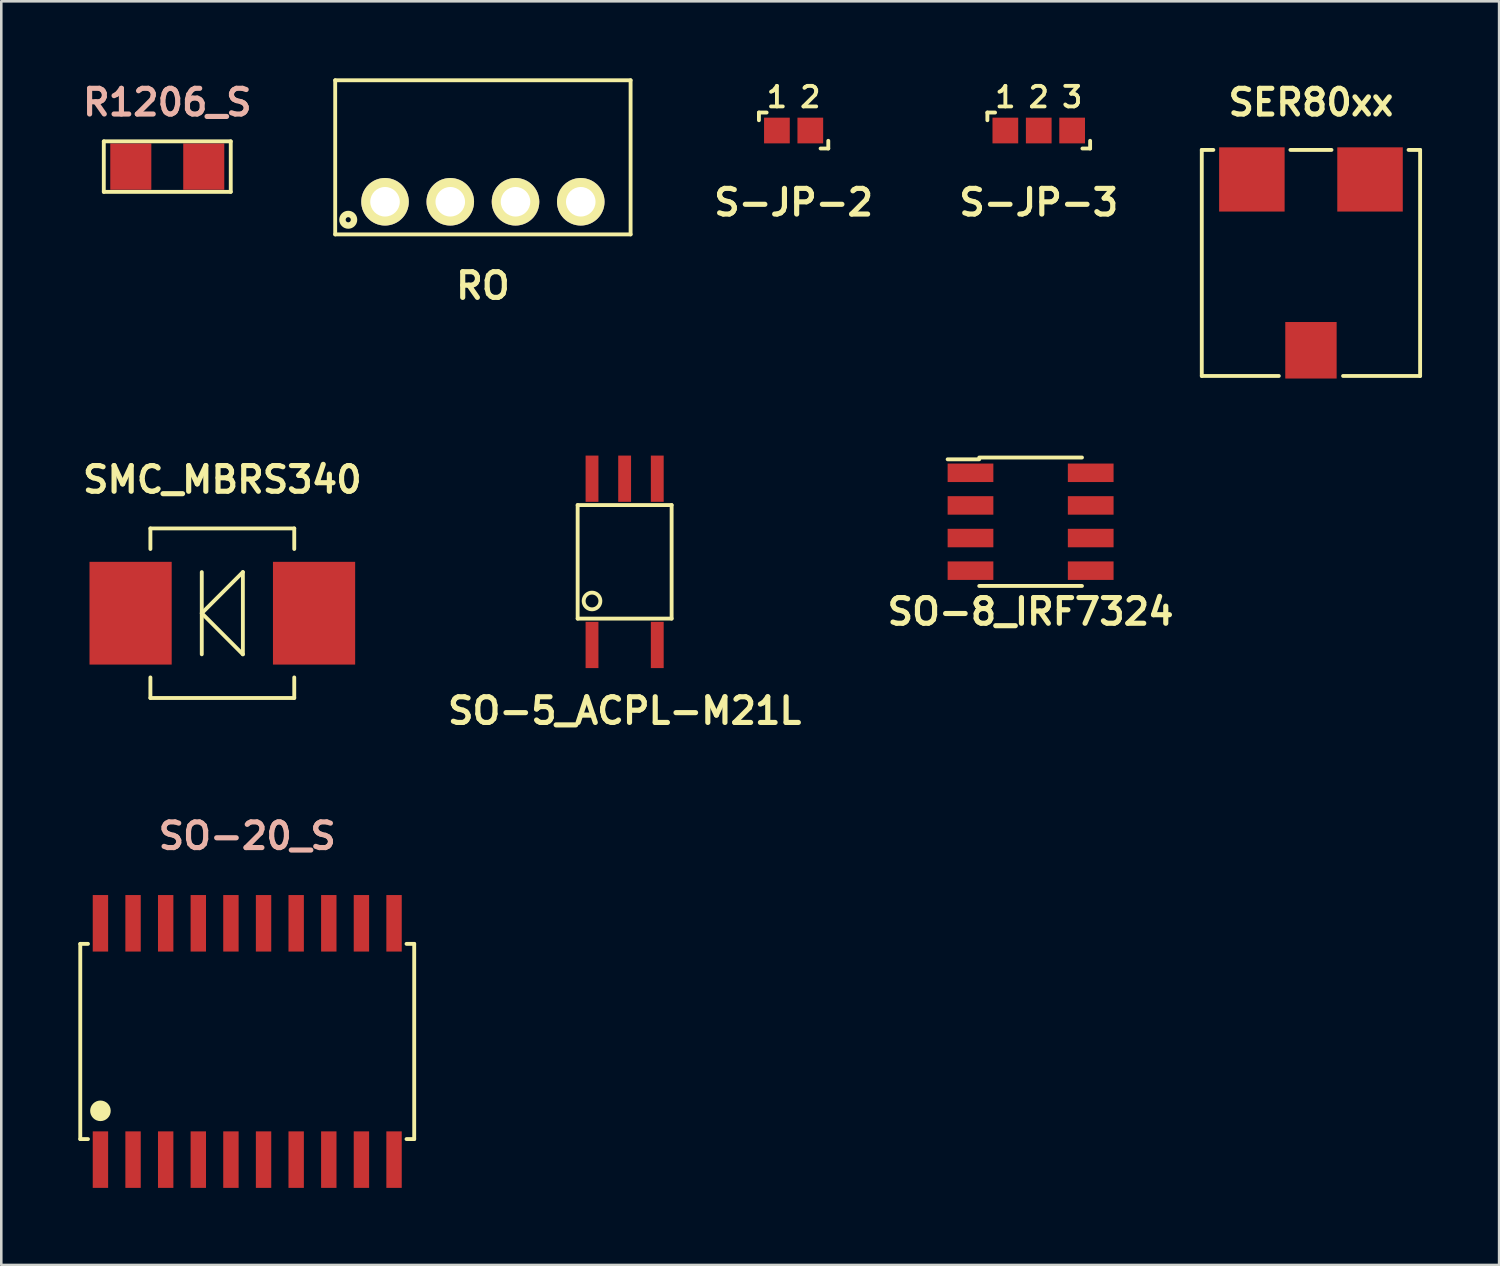
<source format=kicad_pcb>
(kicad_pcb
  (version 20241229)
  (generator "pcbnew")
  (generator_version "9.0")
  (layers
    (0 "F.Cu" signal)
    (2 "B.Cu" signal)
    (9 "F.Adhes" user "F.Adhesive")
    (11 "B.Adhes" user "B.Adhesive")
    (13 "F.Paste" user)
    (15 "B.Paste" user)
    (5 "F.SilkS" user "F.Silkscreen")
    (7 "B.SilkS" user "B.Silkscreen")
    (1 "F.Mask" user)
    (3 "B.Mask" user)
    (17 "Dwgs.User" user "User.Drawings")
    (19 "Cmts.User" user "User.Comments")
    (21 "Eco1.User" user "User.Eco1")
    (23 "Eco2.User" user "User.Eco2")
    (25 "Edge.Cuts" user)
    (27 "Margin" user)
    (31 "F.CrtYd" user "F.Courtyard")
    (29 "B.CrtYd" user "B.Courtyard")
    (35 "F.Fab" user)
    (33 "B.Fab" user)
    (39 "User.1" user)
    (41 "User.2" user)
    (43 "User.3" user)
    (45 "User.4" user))
  (footprint "RO"
    (layer "F.Cu")
    (at 15.749 4.805)
    (property "Reference" "RO" (at 0 3.27 0) (layer "F.SilkS") (effects (font (size 1 1) (thickness 0.2))))
    (attr through_hole)
    (fp_line (start -5.75 -4.73) (end -5.75 1.27) (stroke (width 0.15) (type solid)) (layer "F.SilkS"))
    (fp_line (start -5.75 -4.73) (end 5.75 -4.73) (stroke (width 0.15) (type solid)) (layer "F.SilkS"))
    (fp_line (start -5.75 1.27) (end 5.75 1.27) (stroke (width 0.15) (type solid)) (layer "F.SilkS"))
    (fp_line (start 5.75 -4.73) (end 5.75 1.27) (stroke (width 0.15) (type solid)) (layer "F.SilkS"))
    (fp_circle (center -5.242 0.7) (end -5.242 0.6) (stroke (width 0.25) (type solid)) (fill no) (layer "F.SilkS"))
    (pad "1" thru_hole circle (at -3.81 0) (size 1.85 1.85) (drill 1.15) (layers "*.Cu" "*.Mask" "F.SilkS"))
    (pad "2" thru_hole circle (at -1.27 0) (size 1.85 1.85) (drill 1.15) (layers "*.Cu" "*.Mask" "F.SilkS"))
    (pad "3" thru_hole circle (at 1.27 0) (size 1.85 1.85) (drill 1.15) (layers "*.Cu" "*.Mask" "F.SilkS"))
    (pad "4" thru_hole circle (at 3.81 0) (size 1.85 1.85) (drill 1.15) (layers "*.Cu" "*.Mask" "F.SilkS")))
  (footprint "SO-20_S"
    (layer "F.Cu")
    (at 6.575 37.494)
    (property "Reference" "SO-20_S" (at 0 -8 0) (layer "B.SilkS") (effects (font (size 1 1) (thickness 0.2))))
    (attr smd)
    (fp_line (start -6.5 -3.8) (end -6.2 -3.8) (stroke (width 0.15) (type solid)) (layer "F.SilkS"))
    (fp_line (start -6.5 3.8) (end -6.5 -3.8) (stroke (width 0.15) (type solid)) (layer "F.SilkS"))
    (fp_line (start -6.5 3.8) (end -6.2 3.8) (stroke (width 0.15) (type solid)) (layer "F.SilkS"))
    (fp_line (start 6.5 -3.8) (end 6.2 -3.8) (stroke (width 0.15) (type solid)) (layer "F.SilkS"))
    (fp_line (start 6.5 -3.8) (end 6.5 3.8) (stroke (width 0.15) (type solid)) (layer "F.SilkS"))
    (fp_line (start 6.5 3.8) (end 6.2 3.8) (stroke (width 0.15) (type solid)) (layer "F.SilkS"))
    (fp_circle (center -5.715 2.7) (end -5.515 2.7) (stroke (width 0.4) (type solid)) (fill no) (layer "F.SilkS"))
    (pad "1" smd rect (at -5.715 4.6) (size 0.599 2.2) (layers "F.Cu" "F.Mask" "F.Paste"))
    (pad "2" smd rect (at -4.445 4.6) (size 0.599 2.2) (layers "F.Cu" "F.Mask" "F.Paste"))
    (pad "3" smd rect (at -3.175 4.6) (size 0.599 2.2) (layers "F.Cu" "F.Mask" "F.Paste"))
    (pad "4" smd rect (at -1.905 4.6) (size 0.599 2.2) (layers "F.Cu" "F.Mask" "F.Paste"))
    (pad "5" smd rect (at -0.635 4.6) (size 0.599 2.2) (layers "F.Cu" "F.Mask" "F.Paste"))
    (pad "6" smd rect (at 0.635 4.6) (size 0.599 2.2) (layers "F.Cu" "F.Mask" "F.Paste"))
    (pad "7" smd rect (at 1.905 4.6) (size 0.599 2.2) (layers "F.Cu" "F.Mask" "F.Paste"))
    (pad "8" smd rect (at 3.175 4.6) (size 0.599 2.2) (layers "F.Cu" "F.Mask" "F.Paste"))
    (pad "9" smd rect (at 4.445 4.6) (size 0.599 2.2) (layers "F.Cu" "F.Mask" "F.Paste"))
    (pad "10" smd rect (at 5.715 4.6) (size 0.599 2.2) (layers "F.Cu" "F.Mask" "F.Paste"))
    (pad "11" smd rect (at 5.715 -4.6) (size 0.599 2.2) (layers "F.Cu" "F.Mask" "F.Paste"))
    (pad "12" smd rect (at 4.445 -4.6) (size 0.599 2.2) (layers "F.Cu" "F.Mask" "F.Paste"))
    (pad "13" smd rect (at 3.175 -4.6) (size 0.599 2.2) (layers "F.Cu" "F.Mask" "F.Paste"))
    (pad "14" smd rect (at 1.905 -4.6) (size 0.599 2.2) (layers "F.Cu" "F.Mask" "F.Paste"))
    (pad "15" smd rect (at 0.635 -4.6) (size 0.599 2.2) (layers "F.Cu" "F.Mask" "F.Paste"))
    (pad "16" smd rect (at -0.635 -4.6) (size 0.599 2.2) (layers "F.Cu" "F.Mask" "F.Paste"))
    (pad "17" smd rect (at -1.905 -4.6) (size 0.599 2.2) (layers "F.Cu" "F.Mask" "F.Paste"))
    (pad "18" smd rect (at -3.175 -4.6) (size 0.599 2.2) (layers "F.Cu" "F.Mask" "F.Paste"))
    (pad "19" smd rect (at -4.445 -4.6) (size 0.599 2.2) (layers "F.Cu" "F.Mask" "F.Paste"))
    (pad "20" smd rect (at -5.715 -4.6) (size 0.599 2.2) (layers "F.Cu" "F.Mask" "F.Paste")))
  (footprint "SER80xx"
    (layer "F.Cu")
    (at 47.985 3.936)
    (property "Reference" "SER80xx" (at 0 -3 0) (layer "F.SilkS") (effects (font (size 1 1) (thickness 0.2))))
    (attr through_hole)
    (fp_line (start -4.25 -1.15) (end -4.25 7.65) (stroke (width 0.15) (type solid)) (layer "F.SilkS"))
    (fp_line (start -4.25 -1.15) (end -3.8 -1.15) (stroke (width 0.15) (type solid)) (layer "F.SilkS"))
    (fp_line (start -4.25 7.65) (end -1.25 7.65) (stroke (width 0.15) (type solid)) (layer "F.SilkS"))
    (fp_line (start 0.8 -1.15) (end -0.8 -1.15) (stroke (width 0.15) (type solid)) (layer "F.SilkS"))
    (fp_line (start 1.25 7.65) (end 4.25 7.65) (stroke (width 0.15) (type solid)) (layer "F.SilkS"))
    (fp_line (start 4.25 -1.15) (end 3.8 -1.15) (stroke (width 0.15) (type solid)) (layer "F.SilkS"))
    (fp_line (start 4.25 -1.15) (end 4.25 7.65) (stroke (width 0.15) (type solid)) (layer "F.SilkS"))
    (pad "" smd rect (at 0 6.65) (size 2 2.2) (layers "F.Cu" "F.Mask" "F.Paste"))
    (pad "1" smd rect (at -2.3 0) (size 2.55 2.5) (layers "F.Cu" "F.Mask" "F.Paste"))
    (pad "2" smd rect (at 2.3 0) (size 2.55 2.5) (layers "F.Cu" "F.Mask" "F.Paste")))
  (footprint "S-JP-3"
    (layer "F.Cu")
    (at 37.388 2.031)
    (property "Reference" "S-JP-3" (at 0 2.8 0) (layer "F.SilkS") (effects (font (size 1 1) (thickness 0.2))))
    (attr through_hole)
    (fp_line (start -2 -0.7) (end -2 -0.4) (stroke (width 0.15) (type solid)) (layer "F.SilkS"))
    (fp_line (start -2 -0.7) (end -1.7 -0.7) (stroke (width 0.15) (type solid)) (layer "F.SilkS"))
    (fp_line (start 2 0.7) (end 1.7 0.7) (stroke (width 0.15) (type solid)) (layer "F.SilkS"))
    (fp_line (start 2 0.7) (end 2 0.4) (stroke (width 0.15) (type solid)) (layer "F.SilkS"))
    (fp_text user "3" (at 1.3 -1.3 0) (layer "F.SilkS") (effects (font (size 0.8 0.8) (thickness 0.15))))
    (fp_text user "2" (at 0 -1.3 0) (layer "F.SilkS") (effects (font (size 0.8 0.8) (thickness 0.15))))
    (fp_text user "1" (at -1.3 -1.3 0) (layer "F.SilkS") (effects (font (size 0.8 0.8) (thickness 0.15))))
    (pad "1" smd rect (at -1.3 0) (size 1.001 1.001) (layers "F.Cu" "F.Mask" "F.Paste"))
    (pad "2" smd rect (at 0 0) (size 1.001 1.001) (layers "F.Cu" "F.Mask" "F.Paste"))
    (pad "3" smd rect (at 1.3 0) (size 1.001 1.001) (layers "F.Cu" "F.Mask" "F.Paste")))
  (footprint "R1206_S"
    (layer "F.Cu")
    (at 3.462 3.436)
    (property "Reference" "R1206_S" (at 0 -2.5 0) (layer "B.SilkS") (effects (font (size 1 1) (thickness 0.2))))
    (attr smd)
    (fp_line (start -2.471 -0.983) (end 2.471 -0.983) (stroke (width 0.15) (type solid)) (layer "F.SilkS"))
    (fp_line (start -2.471 0.983) (end -2.471 -0.983) (stroke (width 0.15) (type solid)) (layer "F.SilkS"))
    (fp_line (start 2.471 -0.983) (end 2.471 0.983) (stroke (width 0.15) (type solid)) (layer "F.SilkS"))
    (fp_line (start 2.471 0.983) (end -2.471 0.983) (stroke (width 0.15) (type solid)) (layer "F.SilkS"))
    (pad "1" smd rect (at -1.42 0) (size 1.598 1.801) (layers "F.Cu" "F.Mask" "F.Paste"))
    (pad "2" smd rect (at 1.42 0) (size 1.598 1.801) (layers "F.Cu" "F.Mask" "F.Paste")))
  (footprint "SO-8_IRF7324"
    (layer "F.Cu")
    (at 37.071 17.261)
    (property "Reference" "SO-8_IRF7324" (at 0 3.5 0) (layer "F.SilkS") (effects (font (size 1 1) (thickness 0.2))))
    (attr smd)
    (fp_line (start -2 -2.5) (end 2 -2.5) (stroke (width 0.15) (type solid)) (layer "F.SilkS"))
    (fp_line (start -2 -2.43) (end -3.23 -2.43) (stroke (width 0.15) (type solid)) (layer "F.SilkS"))
    (fp_line (start -2 2.5) (end 2 2.5) (stroke (width 0.15) (type solid)) (layer "F.SilkS"))
    (pad "1" smd rect (at -2.34 -1.905) (size 1.78 0.72) (layers "F.Cu" "F.Mask" "F.Paste"))
    (pad "2" smd rect (at -2.34 -0.635) (size 1.78 0.72) (layers "F.Cu" "F.Mask" "F.Paste"))
    (pad "3" smd rect (at -2.34 0.635) (size 1.78 0.72) (layers "F.Cu" "F.Mask" "F.Paste"))
    (pad "4" smd rect (at -2.34 1.905) (size 1.78 0.72) (layers "F.Cu" "F.Mask" "F.Paste"))
    (pad "5" smd rect (at 2.34 1.905) (size 1.78 0.72) (layers "F.Cu" "F.Mask" "F.Paste"))
    (pad "6" smd rect (at 2.34 0.635) (size 1.78 0.72) (layers "F.Cu" "F.Mask" "F.Paste"))
    (pad "7" smd rect (at 2.34 -0.635) (size 1.78 0.72) (layers "F.Cu" "F.Mask" "F.Paste"))
    (pad "8" smd rect (at 2.34 -1.905) (size 1.78 0.72) (layers "F.Cu" "F.Mask" "F.Paste")))
  (footprint "SMC_MBRS340"
    (layer "F.Cu")
    (at 5.605 20.822)
    (property "Reference" "SMC_MBRS340" (at 0 -5.2 0) (layer "F.SilkS") (effects (font (size 1 1) (thickness 0.2))))
    (attr smd)
    (fp_line (start -2.8 -3.3) (end -2.8 -2.5) (stroke (width 0.15) (type solid)) (layer "F.SilkS"))
    (fp_line (start -2.8 -3.3) (end 2.8 -3.3) (stroke (width 0.15) (type solid)) (layer "F.SilkS"))
    (fp_line (start -2.8 3.3) (end -2.8 2.5) (stroke (width 0.15) (type solid)) (layer "F.SilkS"))
    (fp_line (start -0.8 -1.6) (end -0.8 1.6) (stroke (width 0.15) (type solid)) (layer "F.SilkS"))
    (fp_line (start -0.8 0) (end 0.8 -1.6) (stroke (width 0.15) (type solid)) (layer "F.SilkS"))
    (fp_line (start 0.8 -1.6) (end 0.8 1.6) (stroke (width 0.15) (type solid)) (layer "F.SilkS"))
    (fp_line (start 0.8 1.6) (end -0.8 0) (stroke (width 0.15) (type solid)) (layer "F.SilkS"))
    (fp_line (start 2.8 -3.3) (end 2.8 -2.5) (stroke (width 0.15) (type solid)) (layer "F.SilkS"))
    (fp_line (start 2.8 3.3) (end -2.8 3.3) (stroke (width 0.15) (type solid)) (layer "F.SilkS"))
    (fp_line (start 2.8 3.3) (end 2.8 2.5) (stroke (width 0.15) (type solid)) (layer "F.SilkS"))
    (pad "1" smd rect (at 3.571 0) (size 3.2 4) (layers "F.Cu" "F.Mask" "F.Paste"))
    (pad "2" smd rect (at -3.571 0) (size 3.2 4) (layers "F.Cu" "F.Mask" "F.Paste")))
  (footprint "S-JP-2"
    (layer "F.Cu")
    (at 27.845 2.031)
    (property "Reference" "S-JP-2" (at 0 2.8 0) (layer "F.SilkS") (effects (font (size 1 1) (thickness 0.2))))
    (attr through_hole)
    (fp_line (start -1.35 -0.7) (end -1.35 -0.4) (stroke (width 0.15) (type solid)) (layer "F.SilkS"))
    (fp_line (start -1.35 -0.7) (end -1.05 -0.7) (stroke (width 0.15) (type solid)) (layer "F.SilkS"))
    (fp_line (start 1.05 0.7) (end 1.35 0.7) (stroke (width 0.15) (type solid)) (layer "F.SilkS"))
    (fp_line (start 1.35 0.7) (end 1.35 0.4) (stroke (width 0.15) (type solid)) (layer "F.SilkS"))
    (fp_text user "2" (at 0.65 -1.3 0) (layer "F.SilkS") (effects (font (size 0.8 0.8) (thickness 0.15))))
    (fp_text user "1" (at -0.65 -1.3 0) (layer "F.SilkS") (effects (font (size 0.8 0.8) (thickness 0.15))))
    (pad "1" smd rect (at -0.65 0) (size 1.001 1.001) (layers "F.Cu" "F.Mask" "F.Paste"))
    (pad "2" smd rect (at 0.65 0) (size 1.001 1.001) (layers "F.Cu" "F.Mask" "F.Paste")))
  (footprint "SO-5_ACPL-M21L"
    (layer "F.Cu")
    (at 21.267 18.822)
    (property "Reference" "SO-5_ACPL-M21L" (at 0 5.8 0) (layer "F.SilkS") (effects (font (size 1 1) (thickness 0.2))))
    (attr through_hole)
    (fp_line (start -1.829 -2.21) (end 1.829 -2.21) (stroke (width 0.15) (type solid)) (layer "F.SilkS"))
    (fp_line (start -1.829 2.21) (end -1.829 -2.21) (stroke (width 0.15) (type solid)) (layer "F.SilkS"))
    (fp_line (start 1.829 -2.21) (end 1.829 2.21) (stroke (width 0.15) (type solid)) (layer "F.SilkS"))
    (fp_line (start 1.829 2.21) (end -1.829 2.21) (stroke (width 0.15) (type solid)) (layer "F.SilkS"))
    (fp_circle (center -1.27 1.524) (end -1.067 1.778) (stroke (width 0.15) (type solid)) (fill no) (layer "F.SilkS"))
    (pad "1" smd rect (at -1.27 3.236) (size 0.5 1.801) (layers "F.Cu" "F.Mask" "F.Paste"))
    (pad "3" smd rect (at 1.27 3.236) (size 0.5 1.801) (layers "F.Cu" "F.Mask" "F.Paste"))
    (pad "4" smd rect (at 1.27 -3.236) (size 0.5 1.801) (layers "F.Cu" "F.Mask" "F.Paste"))
    (pad "5" smd rect (at 0 -3.236) (size 0.5 1.801) (layers "F.Cu" "F.Mask" "F.Paste"))
    (pad "6" smd rect (at -1.27 -3.236) (size 0.5 1.801) (layers "F.Cu" "F.Mask" "F.Paste")))
  (gr_rect
    (start -3 -3)
    (end 55.31 46.194)
    (stroke (width 0.1) (type default))
    (fill no)
    (layer "Edge.Cuts")))
</source>
